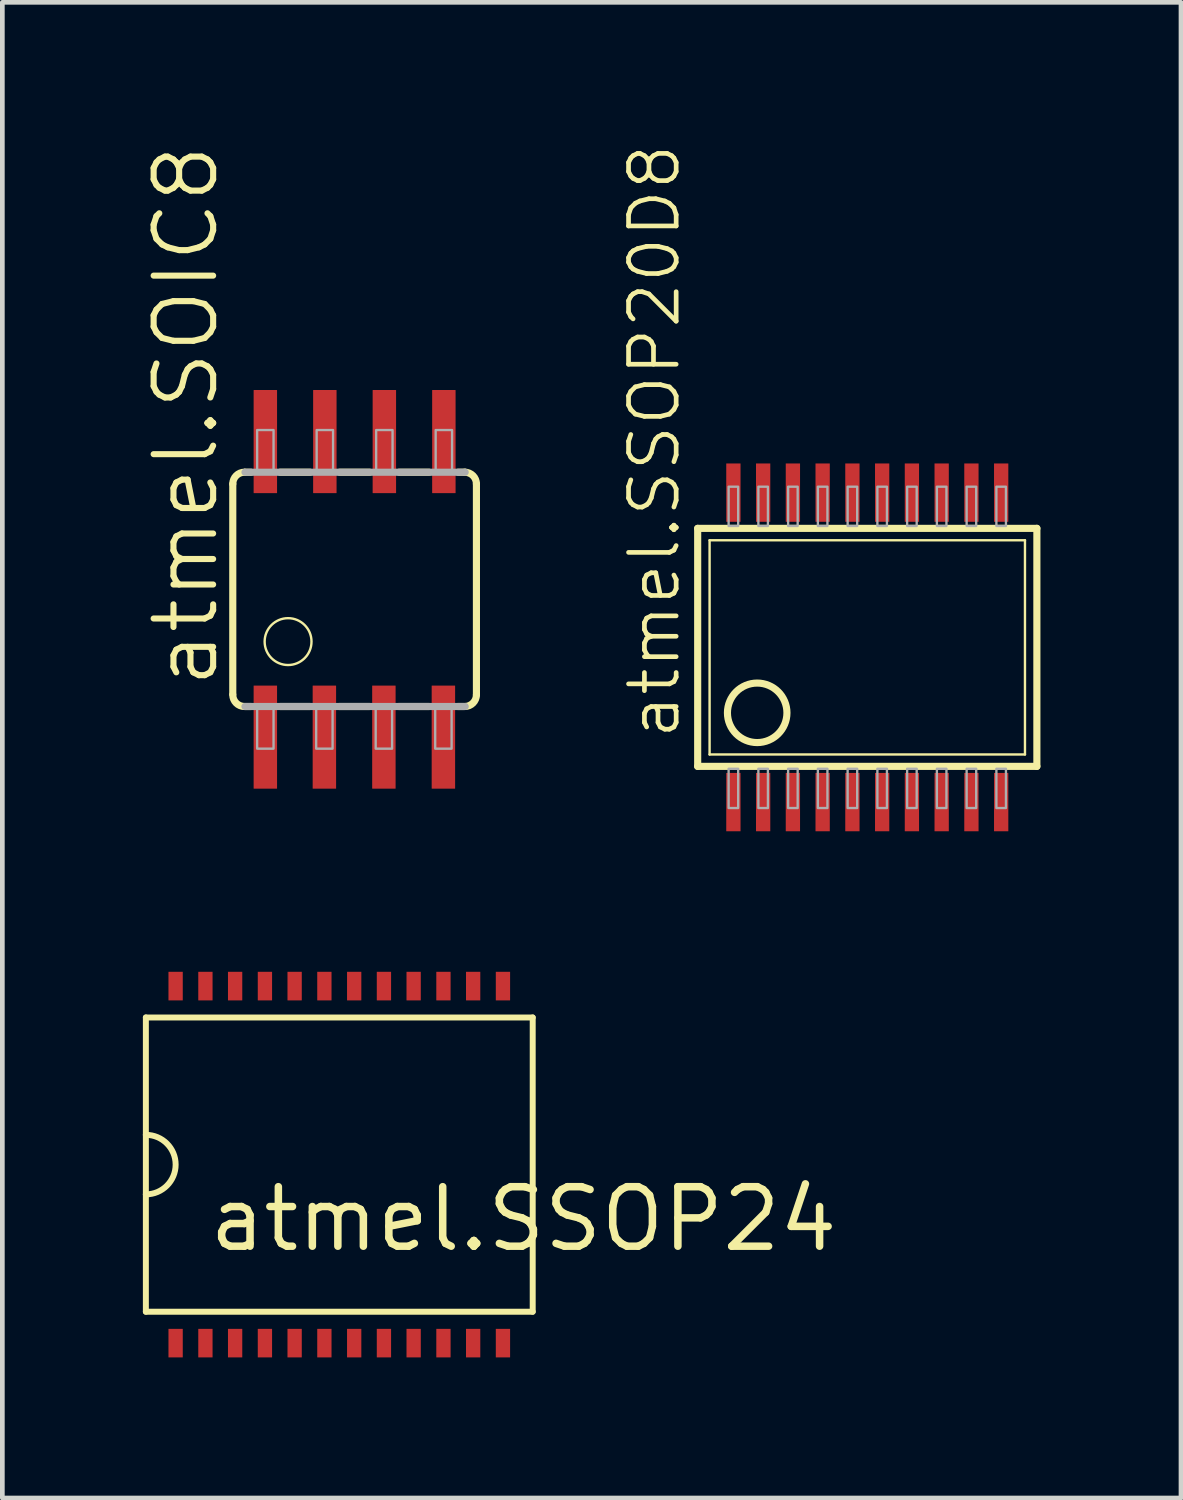
<source format=kicad_pcb>
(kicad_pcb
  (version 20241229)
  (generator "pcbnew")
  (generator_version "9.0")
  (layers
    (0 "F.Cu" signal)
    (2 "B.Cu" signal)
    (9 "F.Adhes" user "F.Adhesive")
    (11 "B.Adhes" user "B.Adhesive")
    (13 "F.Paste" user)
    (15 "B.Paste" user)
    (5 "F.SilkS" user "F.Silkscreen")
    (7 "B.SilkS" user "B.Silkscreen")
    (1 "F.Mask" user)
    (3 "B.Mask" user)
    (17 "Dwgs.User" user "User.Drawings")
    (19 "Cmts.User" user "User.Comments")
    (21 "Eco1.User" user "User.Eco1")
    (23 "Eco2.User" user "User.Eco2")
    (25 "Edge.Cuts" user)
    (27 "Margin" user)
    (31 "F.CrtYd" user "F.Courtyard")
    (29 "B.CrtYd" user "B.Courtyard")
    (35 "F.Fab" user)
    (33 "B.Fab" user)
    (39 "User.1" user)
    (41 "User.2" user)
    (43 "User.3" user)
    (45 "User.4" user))
  (footprint "atmel.SSOP20D8"
    (layer "F.Cu")
    (at 15.396 10.715)
    (property "Reference" "atmel.SSOP20D8" (at -3.886 2.057 90) (layer "F.SilkS") (effects (font (size 1.016 1.016) (thickness 0.1)) (justify left bottom)))
    (attr smd)
    (fp_line (start -3.556 2.591) (end -3.556 -2.489) (stroke (width 0.152) (type default)) (layer "F.SilkS"))
    (fp_line (start -3.556 2.591) (end 3.683 2.591) (stroke (width 0.152) (type default)) (layer "F.SilkS"))
    (fp_line (start -3.302 2.337) (end -3.302 -2.235) (stroke (width 0.051) (type default)) (layer "F.SilkS"))
    (fp_line (start -3.302 2.337) (end 3.429 2.337) (stroke (width 0.051) (type default)) (layer "F.SilkS"))
    (fp_line (start 3.429 -2.235) (end -3.302 -2.235) (stroke (width 0.051) (type default)) (layer "F.SilkS"))
    (fp_line (start 3.429 -2.235) (end 3.429 2.337) (stroke (width 0.051) (type default)) (layer "F.SilkS"))
    (fp_line (start 3.683 -2.489) (end -3.556 -2.489) (stroke (width 0.152) (type default)) (layer "F.SilkS"))
    (fp_line (start 3.683 -2.489) (end 3.683 2.591) (stroke (width 0.152) (type default)) (layer "F.SilkS"))
    (fp_circle (center -2.286 1.448) (end -1.651 1.448) (stroke (width 0.152) (type default)) (fill no) (layer "F.SilkS"))
    (fp_rect (start -2.896 -2.54) (end -2.692 -3.378) (stroke (width 0.05) (type default)) (fill no) (layer "F.Fab"))
    (fp_rect (start -2.896 3.48) (end -2.692 2.642) (stroke (width 0.05) (type default)) (fill no) (layer "F.Fab"))
    (fp_rect (start -2.261 -2.54) (end -2.057 -3.378) (stroke (width 0.05) (type default)) (fill no) (layer "F.Fab"))
    (fp_rect (start -2.261 3.48) (end -2.057 2.642) (stroke (width 0.05) (type default)) (fill no) (layer "F.Fab"))
    (fp_rect (start -1.626 -2.54) (end -1.422 -3.378) (stroke (width 0.05) (type default)) (fill no) (layer "F.Fab"))
    (fp_rect (start -1.626 3.48) (end -1.422 2.642) (stroke (width 0.05) (type default)) (fill no) (layer "F.Fab"))
    (fp_rect (start -0.991 -2.54) (end -0.787 -3.378) (stroke (width 0.05) (type default)) (fill no) (layer "F.Fab"))
    (fp_rect (start -0.991 3.48) (end -0.787 2.642) (stroke (width 0.05) (type default)) (fill no) (layer "F.Fab"))
    (fp_rect (start -0.356 -2.54) (end -0.152 -3.378) (stroke (width 0.05) (type default)) (fill no) (layer "F.Fab"))
    (fp_rect (start -0.356 3.48) (end -0.152 2.642) (stroke (width 0.05) (type default)) (fill no) (layer "F.Fab"))
    (fp_rect (start 0.279 -2.54) (end 0.483 -3.378) (stroke (width 0.05) (type default)) (fill no) (layer "F.Fab"))
    (fp_rect (start 0.279 3.48) (end 0.483 2.642) (stroke (width 0.05) (type default)) (fill no) (layer "F.Fab"))
    (fp_rect (start 0.914 -2.54) (end 1.118 -3.378) (stroke (width 0.05) (type default)) (fill no) (layer "F.Fab"))
    (fp_rect (start 0.914 3.48) (end 1.118 2.642) (stroke (width 0.05) (type default)) (fill no) (layer "F.Fab"))
    (fp_rect (start 1.549 -2.54) (end 1.753 -3.378) (stroke (width 0.05) (type default)) (fill no) (layer "F.Fab"))
    (fp_rect (start 1.549 3.48) (end 1.753 2.642) (stroke (width 0.05) (type default)) (fill no) (layer "F.Fab"))
    (fp_rect (start 2.184 -2.54) (end 2.388 -3.378) (stroke (width 0.05) (type default)) (fill no) (layer "F.Fab"))
    (fp_rect (start 2.184 3.48) (end 2.388 2.642) (stroke (width 0.05) (type default)) (fill no) (layer "F.Fab"))
    (fp_rect (start 2.819 -2.54) (end 3.023 -3.378) (stroke (width 0.05) (type default)) (fill no) (layer "F.Fab"))
    (fp_rect (start 2.819 3.48) (end 3.023 2.642) (stroke (width 0.05) (type default)) (fill no) (layer "F.Fab"))
    (pad "1" smd roundrect (at -2.794 3.353) (size 0.305 1.245) (layers "F.Cu" "F.Mask" "F.Paste") (roundrect_rratio 0.01))
    (pad "2" smd roundrect (at -2.159 3.353) (size 0.305 1.245) (layers "F.Cu" "F.Mask" "F.Paste") (roundrect_rratio 0.01))
    (pad "3" smd roundrect (at -1.524 3.353) (size 0.305 1.245) (layers "F.Cu" "F.Mask" "F.Paste") (roundrect_rratio 0.01))
    (pad "4" smd roundrect (at -0.889 3.353) (size 0.305 1.245) (layers "F.Cu" "F.Mask" "F.Paste") (roundrect_rratio 0.01))
    (pad "5" smd roundrect (at -0.254 3.353) (size 0.305 1.245) (layers "F.Cu" "F.Mask" "F.Paste") (roundrect_rratio 0.01))
    (pad "6" smd roundrect (at 0.381 3.353) (size 0.305 1.245) (layers "F.Cu" "F.Mask" "F.Paste") (roundrect_rratio 0.01))
    (pad "7" smd roundrect (at 1.016 3.353) (size 0.305 1.245) (layers "F.Cu" "F.Mask" "F.Paste") (roundrect_rratio 0.01))
    (pad "8" smd roundrect (at 1.651 3.353) (size 0.305 1.245) (layers "F.Cu" "F.Mask" "F.Paste") (roundrect_rratio 0.01))
    (pad "9" smd roundrect (at 2.286 3.353) (size 0.305 1.245) (layers "F.Cu" "F.Mask" "F.Paste") (roundrect_rratio 0.01))
    (pad "10" smd roundrect (at 2.921 3.353) (size 0.305 1.245) (layers "F.Cu" "F.Mask" "F.Paste") (roundrect_rratio 0.01))
    (pad "11" smd roundrect (at 2.921 -3.251) (size 0.305 1.245) (layers "F.Cu" "F.Mask" "F.Paste") (roundrect_rratio 0.01))
    (pad "12" smd roundrect (at 2.286 -3.251) (size 0.305 1.245) (layers "F.Cu" "F.Mask" "F.Paste") (roundrect_rratio 0.01))
    (pad "13" smd roundrect (at 1.651 -3.251) (size 0.305 1.245) (layers "F.Cu" "F.Mask" "F.Paste") (roundrect_rratio 0.01))
    (pad "14" smd roundrect (at 1.016 -3.251) (size 0.305 1.245) (layers "F.Cu" "F.Mask" "F.Paste") (roundrect_rratio 0.01))
    (pad "15" smd roundrect (at 0.381 -3.251) (size 0.305 1.245) (layers "F.Cu" "F.Mask" "F.Paste") (roundrect_rratio 0.01))
    (pad "16" smd roundrect (at -0.254 -3.251) (size 0.305 1.245) (layers "F.Cu" "F.Mask" "F.Paste") (roundrect_rratio 0.01))
    (pad "17" smd roundrect (at -0.889 -3.251) (size 0.305 1.245) (layers "F.Cu" "F.Mask" "F.Paste") (roundrect_rratio 0.01))
    (pad "18" smd roundrect (at -1.524 -3.251) (size 0.305 1.245) (layers "F.Cu" "F.Mask" "F.Paste") (roundrect_rratio 0.01))
    (pad "19" smd roundrect (at -2.159 -3.251) (size 0.305 1.245) (layers "F.Cu" "F.Mask" "F.Paste") (roundrect_rratio 0.01))
    (pad "20" smd roundrect (at -2.794 -3.251) (size 0.305 1.245) (layers "F.Cu" "F.Mask" "F.Paste") (roundrect_rratio 0.01)))
  (footprint "atmel.SSOP24"
    (layer "F.Cu")
    (at 4.191 21.805)
    (property "Reference" "atmel.SSOP24" (at -2.857 1.905 0) (layer "F.SilkS") (effects (font (size 1.27 1.27) (thickness 0.16)) (justify left bottom)))
    (attr smd)
    (fp_line (start -4.128 -3.14) (end 4.128 -3.14) (stroke (width 0.127) (type default)) (layer "F.SilkS"))
    (fp_line (start -4.128 -0.635) (end -4.128 -3.14) (stroke (width 0.127) (type default)) (layer "F.SilkS"))
    (fp_line (start -4.128 0.635) (end -4.128 -0.635) (stroke (width 0.127) (type default)) (layer "F.SilkS"))
    (fp_line (start -4.128 3.14) (end -4.128 0.635) (stroke (width 0.127) (type default)) (layer "F.SilkS"))
    (fp_line (start 4.128 -3.14) (end 4.128 3.14) (stroke (width 0.127) (type default)) (layer "F.SilkS"))
    (fp_line (start 4.128 3.14) (end -4.128 3.14) (stroke (width 0.127) (type default)) (layer "F.SilkS"))
    (fp_arc (start -4.1275 -0.635) (mid -3.4925 0) (end -4.1275 0.635) (stroke (width 0.127) (type default)) (layer "F.SilkS"))
    (pad "1" smd roundrect (at -3.493 3.81 180) (size 0.305 0.61) (layers "F.Cu" "F.Mask" "F.Paste") (roundrect_rratio 0.01))
    (pad "2" smd roundrect (at -2.857 3.81 180) (size 0.305 0.61) (layers "F.Cu" "F.Mask" "F.Paste") (roundrect_rratio 0.01))
    (pad "3" smd roundrect (at -2.223 3.81 180) (size 0.305 0.61) (layers "F.Cu" "F.Mask" "F.Paste") (roundrect_rratio 0.01))
    (pad "4" smd roundrect (at -1.587 3.81 180) (size 0.305 0.61) (layers "F.Cu" "F.Mask" "F.Paste") (roundrect_rratio 0.01))
    (pad "5" smd roundrect (at -0.953 3.81 180) (size 0.305 0.61) (layers "F.Cu" "F.Mask" "F.Paste") (roundrect_rratio 0.01))
    (pad "6" smd roundrect (at -0.318 3.81 180) (size 0.305 0.61) (layers "F.Cu" "F.Mask" "F.Paste") (roundrect_rratio 0.01))
    (pad "7" smd roundrect (at 0.318 3.81 180) (size 0.305 0.61) (layers "F.Cu" "F.Mask" "F.Paste") (roundrect_rratio 0.01))
    (pad "8" smd roundrect (at 0.953 3.81 180) (size 0.305 0.61) (layers "F.Cu" "F.Mask" "F.Paste") (roundrect_rratio 0.01))
    (pad "9" smd roundrect (at 1.587 3.81 180) (size 0.305 0.61) (layers "F.Cu" "F.Mask" "F.Paste") (roundrect_rratio 0.01))
    (pad "10" smd roundrect (at 2.223 3.81 180) (size 0.305 0.61) (layers "F.Cu" "F.Mask" "F.Paste") (roundrect_rratio 0.01))
    (pad "11" smd roundrect (at 2.857 3.81 180) (size 0.305 0.61) (layers "F.Cu" "F.Mask" "F.Paste") (roundrect_rratio 0.01))
    (pad "12" smd roundrect (at 3.493 3.81 180) (size 0.305 0.61) (layers "F.Cu" "F.Mask" "F.Paste") (roundrect_rratio 0.01))
    (pad "13" smd roundrect (at 3.493 -3.81 180) (size 0.305 0.61) (layers "F.Cu" "F.Mask" "F.Paste") (roundrect_rratio 0.01))
    (pad "14" smd roundrect (at 2.857 -3.81 180) (size 0.305 0.61) (layers "F.Cu" "F.Mask" "F.Paste") (roundrect_rratio 0.01))
    (pad "15" smd roundrect (at 2.223 -3.81 180) (size 0.305 0.61) (layers "F.Cu" "F.Mask" "F.Paste") (roundrect_rratio 0.01))
    (pad "16" smd roundrect (at 1.587 -3.81 180) (size 0.305 0.61) (layers "F.Cu" "F.Mask" "F.Paste") (roundrect_rratio 0.01))
    (pad "17" smd roundrect (at 0.953 -3.81 180) (size 0.305 0.61) (layers "F.Cu" "F.Mask" "F.Paste") (roundrect_rratio 0.01))
    (pad "18" smd roundrect (at 0.318 -3.81 180) (size 0.305 0.61) (layers "F.Cu" "F.Mask" "F.Paste") (roundrect_rratio 0.01))
    (pad "19" smd roundrect (at -0.318 -3.81 180) (size 0.305 0.61) (layers "F.Cu" "F.Mask" "F.Paste") (roundrect_rratio 0.01))
    (pad "20" smd roundrect (at -0.953 -3.81 180) (size 0.305 0.61) (layers "F.Cu" "F.Mask" "F.Paste") (roundrect_rratio 0.01))
    (pad "21" smd roundrect (at -1.587 -3.81 180) (size 0.305 0.61) (layers "F.Cu" "F.Mask" "F.Paste") (roundrect_rratio 0.01))
    (pad "22" smd roundrect (at -2.223 -3.81 180) (size 0.305 0.61) (layers "F.Cu" "F.Mask" "F.Paste") (roundrect_rratio 0.01))
    (pad "23" smd roundrect (at -2.857 -3.81 180) (size 0.305 0.61) (layers "F.Cu" "F.Mask" "F.Paste") (roundrect_rratio 0.01))
    (pad "24" smd roundrect (at -3.493 -3.81 180) (size 0.305 0.61) (layers "F.Cu" "F.Mask" "F.Paste") (roundrect_rratio 0.01)))
  (footprint "atmel.SOIC8"
    (layer "F.Cu")
    (at 4.518 9.528)
    (property "Reference" "atmel.SOIC8" (at -2.857 2.159 90) (layer "F.SilkS") (effects (font (size 1.27 1.27) (thickness 0.13)) (justify left bottom)))
    (attr smd)
    (fp_line (start -2.6 -2.25) (end -2.6 2.24) (stroke (width 0.152) (type default)) (layer "F.SilkS"))
    (fp_line (start -2.21 -2.5) (end -2.34 -2.5) (stroke (width 0.152) (type default)) (layer "F.SilkS"))
    (fp_line (start -2.21 2.5) (end -2.34 2.5) (stroke (width 0.152) (type default)) (layer "F.SilkS"))
    (fp_line (start -1.59 -2.5) (end -0.95 -2.5) (stroke (width 0.152) (type default)) (layer "F.SilkS"))
    (fp_line (start -0.95 2.5) (end -1.59 2.5) (stroke (width 0.152) (type default)) (layer "F.SilkS"))
    (fp_line (start -0.32 -2.5) (end 0.32 -2.5) (stroke (width 0.152) (type default)) (layer "F.SilkS"))
    (fp_line (start 0.32 2.5) (end -0.33 2.5) (stroke (width 0.152) (type default)) (layer "F.SilkS"))
    (fp_line (start 0.95 -2.5) (end 1.59 -2.5) (stroke (width 0.152) (type default)) (layer "F.SilkS"))
    (fp_line (start 1.59 2.5) (end 0.94 2.5) (stroke (width 0.152) (type default)) (layer "F.SilkS"))
    (fp_line (start 2.2 2.5) (end 2.33 2.5) (stroke (width 0.152) (type default)) (layer "F.SilkS"))
    (fp_line (start 2.21 -2.5) (end 2.36 -2.5) (stroke (width 0.152) (type default)) (layer "F.SilkS"))
    (fp_line (start 2.6 2.25) (end 2.6 -2.25) (stroke (width 0.152) (type default)) (layer "F.SilkS"))
    (fp_arc (start -2.6 -2.25) (mid -2.526777 -2.426777) (end -2.35 -2.5) (stroke (width 0.1524) (type default)) (layer "F.SilkS"))
    (fp_arc (start -2.35 2.5) (mid -2.526777 2.426777) (end -2.6 2.25) (stroke (width 0.1524) (type default)) (layer "F.SilkS"))
    (fp_arc (start 2.35 -2.5) (mid 2.526777 -2.426777) (end 2.6 -2.25) (stroke (width 0.1524) (type default)) (layer "F.SilkS"))
    (fp_arc (start 2.6 2.25) (mid 2.526777 2.426777) (end 2.35 2.5) (stroke (width 0.1524) (type default)) (layer "F.SilkS"))
    (fp_circle (center -1.42 1.115) (end -0.92 1.115) (stroke (width 0.051) (type default)) (fill no) (layer "F.SilkS"))
    (fp_line (start -2.34 -2.5) (end 2.36 -2.5) (stroke (width 0.152) (type default)) (layer "F.Fab"))
    (fp_line (start 2.36 2.5) (end -2.34 2.5) (stroke (width 0.152) (type default)) (layer "F.Fab"))
    (fp_rect (start -2.08 -2.5) (end -1.73 -3.4) (stroke (width 0.05) (type default)) (fill no) (layer "F.Fab"))
    (fp_rect (start -2.08 3.4) (end -1.73 2.5) (stroke (width 0.05) (type default)) (fill no) (layer "F.Fab"))
    (fp_rect (start -0.82 3.4) (end -0.47 2.5) (stroke (width 0.05) (type default)) (fill no) (layer "F.Fab"))
    (fp_rect (start -0.81 -2.5) (end -0.46 -3.4) (stroke (width 0.05) (type default)) (fill no) (layer "F.Fab"))
    (fp_rect (start 0.45 3.4) (end 0.8 2.5) (stroke (width 0.05) (type default)) (fill no) (layer "F.Fab"))
    (fp_rect (start 0.46 -2.5) (end 0.81 -3.4) (stroke (width 0.05) (type default)) (fill no) (layer "F.Fab"))
    (fp_rect (start 1.72 3.4) (end 2.07 2.5) (stroke (width 0.05) (type default)) (fill no) (layer "F.Fab"))
    (fp_rect (start 1.73 -2.5) (end 2.08 -3.4) (stroke (width 0.05) (type default)) (fill no) (layer "F.Fab"))
    (pad "1" smd roundrect (at -1.905 3.154) (size 0.5 2.2) (layers "F.Cu" "F.Mask" "F.Paste") (roundrect_rratio 0.01))
    (pad "2" smd roundrect (at -0.645 3.154) (size 0.5 2.2) (layers "F.Cu" "F.Mask" "F.Paste") (roundrect_rratio 0.01))
    (pad "3" smd roundrect (at 0.625 3.154) (size 0.5 2.2) (layers "F.Cu" "F.Mask" "F.Paste") (roundrect_rratio 0.01))
    (pad "4" smd roundrect (at 1.895 3.154) (size 0.5 2.2) (layers "F.Cu" "F.Mask" "F.Paste") (roundrect_rratio 0.01))
    (pad "5" smd roundrect (at 1.905 -3.154) (size 0.5 2.2) (layers "F.Cu" "F.Mask" "F.Paste") (roundrect_rratio 0.01))
    (pad "6" smd roundrect (at 0.635 -3.154) (size 0.5 2.2) (layers "F.Cu" "F.Mask" "F.Paste") (roundrect_rratio 0.01))
    (pad "7" smd roundrect (at -0.635 -3.154) (size 0.5 2.2) (layers "F.Cu" "F.Mask" "F.Paste") (roundrect_rratio 0.01))
    (pad "8" smd roundrect (at -1.905 -3.154) (size 0.5 2.2) (layers "F.Cu" "F.Mask" "F.Paste") (roundrect_rratio 0.01)))
  (gr_rect
    (start -3 -3)
    (end 22.155 28.92)
    (stroke (width 0.1) (type default))
    (fill no)
    (layer "Edge.Cuts")))
</source>
